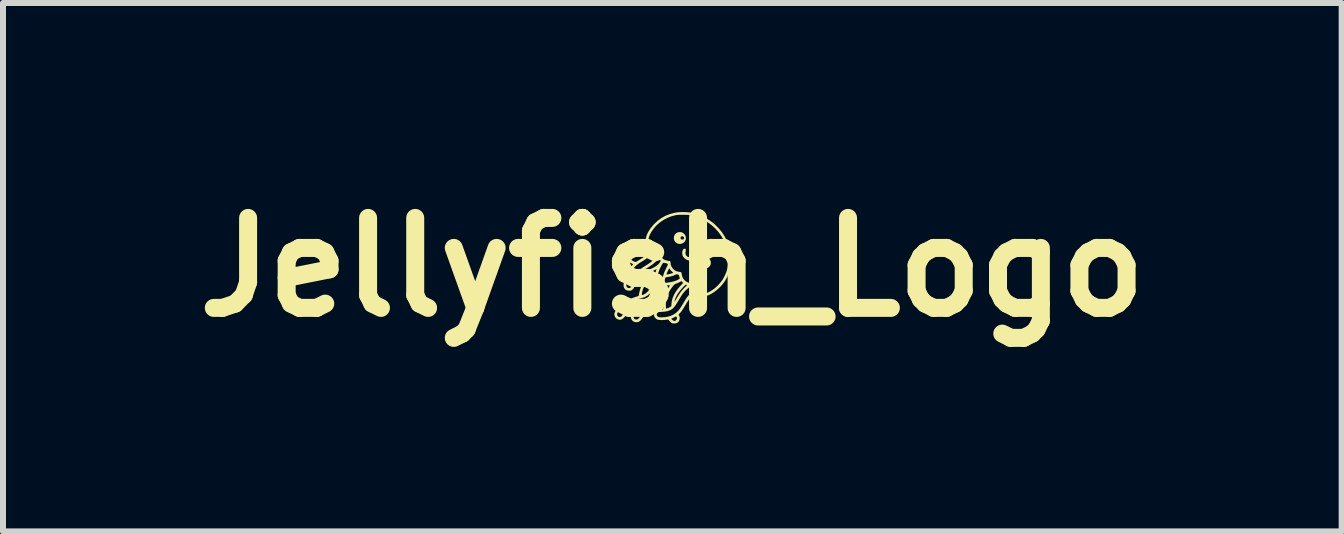
<source format=kicad_pcb>
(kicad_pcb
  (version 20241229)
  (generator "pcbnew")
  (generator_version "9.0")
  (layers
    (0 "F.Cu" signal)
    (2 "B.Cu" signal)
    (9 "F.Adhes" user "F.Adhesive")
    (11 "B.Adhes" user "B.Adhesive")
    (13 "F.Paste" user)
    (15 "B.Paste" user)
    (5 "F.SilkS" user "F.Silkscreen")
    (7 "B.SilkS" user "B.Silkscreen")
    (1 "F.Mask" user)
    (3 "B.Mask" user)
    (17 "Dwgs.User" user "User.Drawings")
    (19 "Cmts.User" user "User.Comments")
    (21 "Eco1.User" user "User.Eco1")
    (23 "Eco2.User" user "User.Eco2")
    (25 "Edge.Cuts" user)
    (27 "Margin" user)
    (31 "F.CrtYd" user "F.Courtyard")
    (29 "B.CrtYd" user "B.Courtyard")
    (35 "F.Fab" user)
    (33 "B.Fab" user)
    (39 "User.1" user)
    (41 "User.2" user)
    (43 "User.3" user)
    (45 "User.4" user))
  (footprint "Jellyfish_Logo"
    (layer "F.Cu")
    (at 8.157 1.404)
    (property "Reference" "Jellyfish_Logo" (at 0 0 0) (layer "F.SilkS") (effects (font (size 1.5 1.5) (thickness 0.3))))
    (attr board_only exclude_from_pos_files exclude_from_bom)
    (fp_poly (pts (xy 0.221 -0.302) (xy 0.225 -0.287) (xy 0.222 -0.265) (xy 0.219 -0.251) (xy 0.218 -0.229) (xy 0.224 -0.207) (xy 0.238 -0.187) (xy 0.256 -0.173) (xy 0.275 -0.167) (xy 0.297 -0.166) (xy 0.316 -0.171) (xy 0.331 -0.176) (xy 0.34 -0.177) (xy 0.347 -0.175) (xy 0.351 -0.172) (xy 0.362 -0.162) (xy 0.363 -0.15) (xy 0.357 -0.138) (xy 0.343 -0.127) (xy 0.324 -0.119) (xy 0.314 -0.117) (xy 0.296 -0.113) (xy 0.282 -0.112) (xy 0.269 -0.114) (xy 0.252 -0.119) (xy 0.247 -0.121) (xy 0.223 -0.133) (xy 0.201 -0.151) (xy 0.183 -0.172) (xy 0.171 -0.195) (xy 0.17 -0.197) (xy 0.166 -0.222) (xy 0.165 -0.247) (xy 0.169 -0.27) (xy 0.177 -0.29) (xy 0.187 -0.303) (xy 0.197 -0.308) (xy 0.212 -0.309)) (stroke (width 0) (type solid)) (fill yes) (layer "F.SilkS"))
    (fp_poly (pts (xy 0.146 -0.584) (xy 0.168 -0.577) (xy 0.194 -0.559) (xy 0.212 -0.537) (xy 0.223 -0.511) (xy 0.227 -0.484) (xy 0.222 -0.456) (xy 0.208 -0.43) (xy 0.202 -0.423) (xy 0.179 -0.403) (xy 0.152 -0.391) (xy 0.122 -0.387) (xy 0.093 -0.392) (xy 0.077 -0.399) (xy 0.052 -0.417) (xy 0.035 -0.44) (xy 0.026 -0.47) (xy 0.025 -0.481) (xy 0.025 -0.481) (xy 0.136 -0.481) (xy 0.143 -0.469) (xy 0.156 -0.462) (xy 0.169 -0.461) (xy 0.183 -0.464) (xy 0.191 -0.473) (xy 0.193 -0.476) (xy 0.197 -0.487) (xy 0.195 -0.496) (xy 0.19 -0.503) (xy 0.177 -0.514) (xy 0.162 -0.517) (xy 0.148 -0.511) (xy 0.146 -0.509) (xy 0.137 -0.495) (xy 0.136 -0.481) (xy 0.025 -0.481) (xy 0.028 -0.512) (xy 0.038 -0.539) (xy 0.058 -0.562) (xy 0.067 -0.569) (xy 0.091 -0.581) (xy 0.119 -0.586)) (stroke (width 0) (type solid)) (fill yes) (layer "F.SilkS"))
    (fp_poly (pts (xy 0.56 -0.172) (xy 0.587 -0.163) (xy 0.609 -0.148) (xy 0.626 -0.128) (xy 0.637 -0.105) (xy 0.642 -0.079) (xy 0.641 -0.054) (xy 0.631 -0.029) (xy 0.613 -0.006) (xy 0.612 -0.004) (xy 0.586 0.014) (xy 0.557 0.023) (xy 0.527 0.024) (xy 0.497 0.015) (xy 0.496 0.015) (xy 0.472 -0.001) (xy 0.455 -0.021) (xy 0.444 -0.045) (xy 0.441 -0.07) (xy 0.443 -0.096) (xy 0.451 -0.118) (xy 0.513 -0.118) (xy 0.515 -0.103) (xy 0.521 -0.095) (xy 0.534 -0.088) (xy 0.549 -0.088) (xy 0.562 -0.095) (xy 0.563 -0.095) (xy 0.57 -0.108) (xy 0.571 -0.122) (xy 0.565 -0.135) (xy 0.553 -0.143) (xy 0.543 -0.145) (xy 0.529 -0.141) (xy 0.518 -0.131) (xy 0.513 -0.118) (xy 0.451 -0.118) (xy 0.452 -0.12) (xy 0.466 -0.142) (xy 0.486 -0.159) (xy 0.511 -0.17) (xy 0.53 -0.173)) (stroke (width 0) (type solid)) (fill yes) (layer "F.SilkS"))
    (fp_poly (pts (xy 0.206 -0.919) (xy 0.255 -0.916) (xy 0.3 -0.911) (xy 0.33 -0.906) (xy 0.414 -0.883) (xy 0.494 -0.852) (xy 0.571 -0.812) (xy 0.644 -0.765) (xy 0.711 -0.711) (xy 0.772 -0.65) (xy 0.826 -0.584) (xy 0.873 -0.512) (xy 0.895 -0.47) (xy 0.927 -0.401) (xy 0.95 -0.333) (xy 0.966 -0.266) (xy 0.975 -0.196) (xy 0.977 -0.123) (xy 0.977 -0.098) (xy 0.973 -0.038) (xy 0.965 0.016) (xy 0.953 0.066) (xy 0.935 0.116) (xy 0.912 0.168) (xy 0.91 0.172) (xy 0.879 0.227) (xy 0.84 0.28) (xy 0.796 0.33) (xy 0.747 0.375) (xy 0.695 0.415) (xy 0.642 0.448) (xy 0.611 0.463) (xy 0.575 0.477) (xy 0.542 0.485) (xy 0.509 0.489) (xy 0.482 0.488) (xy 0.448 0.484) (xy 0.416 0.474) (xy 0.383 0.456) (xy 0.377 0.452) (xy 0.37 0.448) (xy 0.364 0.447) (xy 0.356 0.451) (xy 0.345 0.46) (xy 0.342 0.462) (xy 0.322 0.48) (xy 0.302 0.503) (xy 0.281 0.531) (xy 0.258 0.566) (xy 0.231 0.608) (xy 0.228 0.615) (xy 0.204 0.654) (xy 0.185 0.686) (xy 0.168 0.711) (xy 0.154 0.732) (xy 0.141 0.749) (xy 0.128 0.763) (xy 0.123 0.768) (xy 0.103 0.79) (xy 0.113 0.808) (xy 0.122 0.832) (xy 0.123 0.859) (xy 0.117 0.885) (xy 0.104 0.908) (xy 0.086 0.924) (xy 0.066 0.933) (xy 0.041 0.938) (xy 0.017 0.938) (xy -0.004 0.934) (xy -0.007 0.932) (xy -0.018 0.925) (xy -0.032 0.912) (xy -0.046 0.898) (xy -0.046 0.898) (xy -0.071 0.871) (xy -0.114 0.877) (xy -0.144 0.88) (xy -0.174 0.881) (xy -0.203 0.88) (xy -0.229 0.877) (xy -0.248 0.873) (xy -0.254 0.87) (xy -0.268 0.861) (xy -0.019 0.861) (xy -0.000026 0.878) (xy 0.019 0.892) (xy 0.036 0.896) (xy 0.052 0.891) (xy 0.063 0.882) (xy 0.074 0.866) (xy 0.078 0.848) (xy 0.074 0.832) (xy 0.071 0.827) (xy 0.068 0.824) (xy 0.063 0.823) (xy 0.054 0.825) (xy 0.04 0.831) (xy 0.023 0.84) (xy -0.019 0.861) (xy -0.268 0.861) (xy -0.272 0.858) (xy -0.289 0.841) (xy -0.3 0.825) (xy -0.303 0.814) (xy -0.305 0.798) (xy -0.305 0.797) (xy -0.26 0.797) (xy -0.253 0.813) (xy -0.239 0.826) (xy -0.219 0.833) (xy -0.218 0.833) (xy -0.199 0.835) (xy -0.174 0.835) (xy -0.146 0.834) (xy -0.119 0.832) (xy -0.094 0.828) (xy -0.091 0.828) (xy -0.033 0.813) (xy 0.018 0.79) (xy 0.064 0.759) (xy 0.103 0.721) (xy 0.13 0.685) (xy 0.14 0.67) (xy 0.154 0.648) (xy 0.17 0.622) (xy 0.187 0.594) (xy 0.199 0.574) (xy 0.217 0.543) (xy 0.233 0.519) (xy 0.247 0.499) (xy 0.261 0.481) (xy 0.277 0.464) (xy 0.288 0.452) (xy 0.332 0.409) (xy 0.319 0.385) (xy 0.311 0.368) (xy 0.305 0.35) (xy 0.303 0.343) (xy 0.301 0.331) (xy 0.298 0.325) (xy 0.297 0.324) (xy 0.291 0.328) (xy 0.28 0.336) (xy 0.265 0.348) (xy 0.248 0.362) (xy 0.232 0.377) (xy 0.217 0.391) (xy 0.213 0.395) (xy 0.199 0.41) (xy 0.187 0.425) (xy 0.174 0.441) (xy 0.162 0.459) (xy 0.147 0.481) (xy 0.131 0.508) (xy 0.11 0.542) (xy 0.099 0.561) (xy 0.075 0.6) (xy 0.055 0.631) (xy 0.037 0.656) (xy 0.02 0.676) (xy 0.004 0.691) (xy -0.013 0.703) (xy -0.028 0.712) (xy -0.056 0.724) (xy -0.085 0.733) (xy -0.118 0.739) (xy -0.156 0.743) (xy -0.176 0.744) (xy -0.201 0.746) (xy -0.219 0.747) (xy -0.231 0.749) (xy -0.238 0.751) (xy -0.244 0.755) (xy -0.249 0.761) (xy -0.25 0.761) (xy -0.259 0.779) (xy -0.26 0.797) (xy -0.305 0.797) (xy -0.305 0.789) (xy -0.301 0.76) (xy -0.288 0.735) (xy -0.267 0.716) (xy -0.262 0.713) (xy -0.25 0.706) (xy -0.24 0.703) (xy -0.227 0.701) (xy -0.21 0.701) (xy -0.196 0.701) (xy -0.153 0.702) (xy -0.152 0.624) (xy -0.152 0.61) (xy -0.109 0.61) (xy -0.108 0.634) (xy -0.108 0.655) (xy -0.107 0.671) (xy -0.105 0.679) (xy -0.102 0.692) (xy -0.077 0.683) (xy -0.058 0.675) (xy -0.04 0.665) (xy -0.033 0.661) (xy -0.023 0.654) (xy -0.018 0.648) (xy -0.015 0.639) (xy -0.015 0.625) (xy -0.015 0.617) (xy -0.01 0.573) (xy 0.035 0.573) (xy 0.036 0.576) (xy 0.039 0.572) (xy 0.046 0.561) (xy 0.056 0.545) (xy 0.069 0.525) (xy 0.076 0.512) (xy 0.103 0.468) (xy 0.128 0.43) (xy 0.152 0.398) (xy 0.177 0.369) (xy 0.203 0.342) (xy 0.208 0.337) (xy 0.226 0.32) (xy 0.237 0.308) (xy 0.243 0.301) (xy 0.243 0.296) (xy 0.242 0.295) (xy 0.234 0.292) (xy 0.226 0.292) (xy 0.217 0.297) (xy 0.204 0.308) (xy 0.187 0.324) (xy 0.178 0.333) (xy 0.133 0.384) (xy 0.096 0.433) (xy 0.068 0.481) (xy 0.047 0.529) (xy 0.037 0.563) (xy 0.035 0.573) (xy -0.01 0.573) (xy -0.01 0.568) (xy 0.004 0.516) (xy 0.026 0.463) (xy 0.057 0.409) (xy 0.096 0.355) (xy 0.141 0.304) (xy 0.181 0.261) (xy 0.166 0.247) (xy 0.152 0.232) (xy 0.126 0.246) (xy 0.106 0.256) (xy 0.083 0.266) (xy 0.068 0.272) (xy 0.051 0.279) (xy 0.037 0.287) (xy 0.024 0.299) (xy 0.013 0.312) (xy -0.029 0.369) (xy -0.064 0.43) (xy -0.09 0.492) (xy -0.098 0.516) (xy -0.103 0.54) (xy -0.107 0.564) (xy -0.108 0.592) (xy -0.109 0.61) (xy -0.152 0.61) (xy -0.152 0.591) (xy -0.151 0.566) (xy -0.149 0.546) (xy -0.147 0.529) (xy -0.143 0.513) (xy -0.141 0.506) (xy -0.131 0.476) (xy -0.117 0.442) (xy -0.101 0.406) (xy -0.083 0.371) (xy -0.065 0.343) (xy -0.063 0.34) (xy -0.051 0.322) (xy -0.044 0.31) (xy -0.043 0.303) (xy -0.048 0.3) (xy -0.062 0.301) (xy -0.083 0.303) (xy -0.094 0.305) (xy -0.116 0.308) (xy -0.135 0.312) (xy -0.149 0.315) (xy -0.154 0.317) (xy -0.158 0.324) (xy -0.163 0.337) (xy -0.169 0.354) (xy -0.17 0.356) (xy -0.193 0.418) (xy -0.222 0.472) (xy -0.255 0.519) (xy -0.295 0.559) (xy -0.34 0.592) (xy -0.371 0.609) (xy -0.401 0.625) (xy -0.414 0.666) (xy -0.429 0.709) (xy -0.446 0.751) (xy -0.465 0.791) (xy -0.486 0.827) (xy -0.507 0.859) (xy -0.527 0.884) (xy -0.547 0.902) (xy -0.557 0.908) (xy -0.584 0.917) (xy -0.612 0.917) (xy -0.639 0.91) (xy -0.662 0.895) (xy -0.679 0.873) (xy -0.683 0.865) (xy -0.691 0.839) (xy -0.691 0.831) (xy -0.646 0.831) (xy -0.642 0.845) (xy -0.635 0.857) (xy -0.627 0.866) (xy -0.626 0.866) (xy -0.611 0.871) (xy -0.593 0.871) (xy -0.577 0.867) (xy -0.573 0.864) (xy -0.562 0.854) (xy -0.548 0.837) (xy -0.533 0.815) (xy -0.517 0.79) (xy -0.503 0.764) (xy -0.5 0.758) (xy -0.491 0.74) (xy -0.482 0.719) (xy -0.474 0.698) (xy -0.466 0.678) (xy -0.46 0.662) (xy -0.457 0.65) (xy -0.456 0.646) (xy -0.461 0.647) (xy -0.473 0.649) (xy -0.49 0.652) (xy -0.508 0.656) (xy -0.526 0.66) (xy -0.54 0.664) (xy -0.549 0.667) (xy -0.55 0.667) (xy -0.555 0.673) (xy -0.563 0.685) (xy -0.572 0.703) (xy -0.578 0.716) (xy -0.59 0.737) (xy -0.603 0.758) (xy -0.615 0.775) (xy -0.619 0.781) (xy -0.635 0.8) (xy -0.644 0.816) (xy -0.646 0.831) (xy -0.691 0.831) (xy -0.691 0.814) (xy -0.681 0.788) (xy -0.663 0.761) (xy -0.658 0.756) (xy -0.646 0.741) (xy -0.635 0.725) (xy -0.626 0.71) (xy -0.622 0.699) (xy -0.622 0.694) (xy -0.627 0.695) (xy -0.639 0.7) (xy -0.655 0.709) (xy -0.674 0.72) (xy -0.694 0.733) (xy -0.713 0.747) (xy -0.72 0.753) (xy -0.739 0.769) (xy -0.76 0.789) (xy -0.78 0.811) (xy -0.787 0.819) (xy -0.812 0.846) (xy -0.836 0.865) (xy -0.859 0.875) (xy -0.882 0.876) (xy -0.907 0.87) (xy -0.913 0.867) (xy -0.937 0.852) (xy -0.954 0.831) (xy -0.964 0.806) (xy -0.967 0.779) (xy -0.966 0.774) (xy -0.921 0.774) (xy -0.919 0.798) (xy -0.912 0.814) (xy -0.911 0.815) (xy -0.895 0.828) (xy -0.877 0.831) (xy -0.858 0.826) (xy -0.841 0.812) (xy -0.84 0.81) (xy -0.821 0.787) (xy -0.798 0.763) (xy -0.775 0.739) (xy -0.753 0.72) (xy -0.744 0.712) (xy -0.709 0.687) (xy -0.673 0.666) (xy -0.634 0.648) (xy -0.59 0.631) (xy -0.54 0.616) (xy -0.514 0.61) (xy -0.465 0.596) (xy -0.424 0.583) (xy -0.389 0.567) (xy -0.359 0.55) (xy -0.331 0.529) (xy -0.307 0.507) (xy -0.288 0.486) (xy -0.271 0.464) (xy -0.255 0.441) (xy -0.241 0.415) (xy -0.228 0.384) (xy -0.214 0.348) (xy -0.2 0.306) (xy -0.188 0.264) (xy -0.139 0.264) (xy -0.134 0.266) (xy -0.128 0.265) (xy -0.117 0.263) (xy -0.1 0.26) (xy -0.078 0.257) (xy -0.061 0.254) (xy -0.015 0.246) (xy 0.025 0.236) (xy 0.062 0.223) (xy 0.091 0.21) (xy 0.109 0.2) (xy 0.12 0.193) (xy 0.124 0.188) (xy 0.123 0.185) (xy 0.121 0.175) (xy 0.117 0.161) (xy 0.115 0.153) (xy 0.112 0.138) (xy 0.109 0.129) (xy 0.108 0.127) (xy 0.103 0.125) (xy 0.092 0.122) (xy 0.087 0.121) (xy 0.072 0.118) (xy 0.06 0.121) (xy 0.052 0.125) (xy 0.029 0.136) (xy -0.001 0.147) (xy -0.036 0.156) (xy -0.069 0.163) (xy -0.088 0.166) (xy -0.104 0.169) (xy -0.113 0.171) (xy -0.115 0.172) (xy -0.117 0.176) (xy -0.12 0.188) (xy -0.124 0.205) (xy -0.126 0.211) (xy -0.131 0.23) (xy -0.135 0.247) (xy -0.138 0.257) (xy -0.139 0.258) (xy -0.139 0.264) (xy -0.188 0.264) (xy -0.185 0.256) (xy -0.174 0.215) (xy -0.162 0.173) (xy -0.152 0.138) (xy -0.145 0.116) (xy -0.097 0.116) (xy -0.095 0.12) (xy -0.087 0.121) (xy -0.072 0.119) (xy -0.05 0.114) (xy -0.048 0.114) (xy -0.027 0.108) (xy -0.007 0.102) (xy 0.007 0.097) (xy 0.014 0.094) (xy 0.012 0.09) (xy 0.004 0.082) (xy -0.006 0.073) (xy -0.021 0.059) (xy -0.033 0.044) (xy -0.039 0.035) (xy -0.05 0.018) (xy -0.058 0.029) (xy -0.063 0.039) (xy -0.071 0.054) (xy -0.079 0.071) (xy -0.087 0.089) (xy -0.093 0.104) (xy -0.096 0.114) (xy -0.097 0.116) (xy -0.145 0.116) (xy -0.142 0.109) (xy -0.133 0.082) (xy -0.122 0.058) (xy -0.11 0.032) (xy -0.101 0.014) (xy -0.088 -0.013) (xy -0.079 -0.033) (xy -0.075 -0.047) (xy -0.075 -0.052) (xy -0.08 -0.058) (xy -0.092 -0.063) (xy -0.108 -0.067) (xy -0.128 -0.071) (xy -0.142 -0.073) (xy -0.152 -0.072) (xy -0.16 -0.065) (xy -0.168 -0.054) (xy -0.178 -0.035) (xy -0.182 -0.027) (xy -0.196 -0.000467) (xy -0.208 0.024) (xy -0.218 0.049) (xy -0.228 0.077) (xy -0.239 0.108) (xy -0.25 0.145) (xy -0.262 0.189) (xy -0.264 0.194) (xy -0.278 0.244) (xy -0.291 0.285) (xy -0.303 0.32) (xy -0.315 0.349) (xy -0.326 0.374) (xy -0.339 0.395) (xy -0.353 0.413) (xy -0.368 0.431) (xy -0.378 0.442) (xy -0.406 0.466) (xy -0.437 0.486) (xy -0.472 0.503) (xy -0.514 0.516) (xy -0.533 0.521) (xy -0.594 0.537) (xy -0.647 0.555) (xy -0.695 0.575) (xy -0.739 0.599) (xy -0.781 0.628) (xy -0.824 0.661) (xy -0.827 0.664) (xy -0.845 0.68) (xy -0.863 0.698) (xy -0.881 0.718) (xy -0.897 0.737) (xy -0.91 0.754) (xy -0.918 0.767) (xy -0.921 0.774) (xy -0.966 0.774) (xy -0.964 0.766) (xy -0.954 0.741) (xy -0.936 0.714) (xy -0.912 0.684) (xy -0.882 0.653) (xy -0.848 0.623) (xy -0.81 0.594) (xy -0.77 0.567) (xy -0.76 0.561) (xy -0.73 0.543) (xy -0.701 0.529) (xy -0.67 0.516) (xy -0.637 0.503) (xy -0.598 0.491) (xy -0.566 0.481) (xy -0.561 0.477) (xy -0.557 0.465) (xy -0.554 0.449) (xy -0.554 0.444) (xy -0.508 0.444) (xy -0.508 0.458) (xy -0.505 0.464) (xy -0.503 0.465) (xy -0.496 0.463) (xy -0.483 0.458) (xy -0.468 0.45) (xy -0.467 0.45) (xy -0.435 0.429) (xy -0.404 0.4) (xy -0.377 0.364) (xy -0.358 0.329) (xy -0.35 0.312) (xy -0.342 0.292) (xy -0.335 0.27) (xy -0.329 0.249) (xy -0.324 0.231) (xy -0.321 0.217) (xy -0.321 0.209) (xy -0.322 0.208) (xy -0.329 0.21) (xy -0.342 0.216) (xy -0.359 0.224) (xy -0.367 0.228) (xy -0.409 0.253) (xy -0.443 0.285) (xy -0.47 0.323) (xy -0.476 0.335) (xy -0.486 0.357) (xy -0.494 0.38) (xy -0.5 0.403) (xy -0.505 0.425) (xy -0.508 0.444) (xy -0.554 0.444) (xy -0.549 0.417) (xy -0.54 0.381) (xy -0.529 0.346) (xy -0.516 0.316) (xy -0.512 0.308) (xy -0.501 0.29) (xy -0.485 0.269) (xy -0.467 0.249) (xy -0.463 0.244) (xy -0.429 0.215) (xy -0.392 0.191) (xy -0.349 0.172) (xy -0.335 0.167) (xy -0.303 0.157) (xy -0.283 0.096) (xy -0.276 0.074) (xy -0.27 0.055) (xy -0.266 0.042) (xy -0.264 0.035) (xy -0.264 0.035) (xy -0.269 0.036) (xy -0.28 0.041) (xy -0.295 0.048) (xy -0.299 0.05) (xy -0.353 0.074) (xy -0.408 0.091) (xy -0.461 0.102) (xy -0.512 0.107) (xy -0.514 0.107) (xy -0.531 0.107) (xy -0.542 0.108) (xy -0.55 0.112) (xy -0.558 0.12) (xy -0.561 0.125) (xy -0.585 0.16) (xy -0.605 0.201) (xy -0.62 0.246) (xy -0.629 0.291) (xy -0.629 0.291) (xy -0.634 0.322) (xy -0.642 0.346) (xy -0.654 0.364) (xy -0.672 0.378) (xy -0.673 0.379) (xy -0.686 0.387) (xy -0.698 0.391) (xy -0.712 0.392) (xy -0.727 0.391) (xy -0.757 0.386) (xy -0.78 0.374) (xy -0.798 0.354) (xy -0.804 0.342) (xy -0.81 0.327) (xy -0.813 0.311) (xy -0.813 0.3) (xy -0.767 0.3) (xy -0.764 0.32) (xy -0.756 0.334) (xy -0.746 0.341) (xy -0.726 0.348) (xy -0.707 0.345) (xy -0.695 0.338) (xy -0.688 0.331) (xy -0.683 0.321) (xy -0.679 0.307) (xy -0.675 0.287) (xy -0.675 0.283) (xy -0.665 0.233) (xy -0.65 0.189) (xy -0.63 0.148) (xy -0.603 0.106) (xy -0.597 0.098) (xy -0.576 0.072) (xy -0.563 0.06) (xy -0.494 0.06) (xy -0.49 0.062) (xy -0.477 0.061) (xy -0.459 0.058) (xy -0.436 0.053) (xy -0.41 0.046) (xy -0.409 0.046) (xy -0.368 0.032) (xy -0.328 0.014) (xy -0.291 -0.006) (xy -0.258 -0.029) (xy -0.231 -0.051) (xy -0.212 -0.074) (xy -0.208 -0.08) (xy -0.193 -0.107) (xy -0.209 -0.124) (xy -0.225 -0.141) (xy -0.254 -0.112) (xy -0.323 -0.052) (xy -0.398 -0.000008) (xy -0.447 0.028) (xy -0.468 0.04) (xy -0.482 0.048) (xy -0.49 0.054) (xy -0.494 0.058) (xy -0.494 0.06) (xy -0.563 0.06) (xy -0.551 0.048) (xy -0.522 0.025) (xy -0.486 -0.000088) (xy -0.448 -0.024) (xy -0.4 -0.055) (xy -0.357 -0.085) (xy -0.317 -0.119) (xy -0.285 -0.149) (xy -0.268 -0.166) (xy -0.258 -0.177) (xy -0.252 -0.185) (xy -0.251 -0.191) (xy -0.252 -0.195) (xy -0.256 -0.207) (xy -0.26 -0.222) (xy -0.261 -0.226) (xy -0.265 -0.238) (xy -0.271 -0.245) (xy -0.282 -0.248) (xy -0.287 -0.249) (xy -0.297 -0.25) (xy -0.304 -0.249) (xy -0.312 -0.245) (xy -0.322 -0.237) (xy -0.336 -0.223) (xy -0.341 -0.218) (xy -0.394 -0.172) (xy -0.452 -0.13) (xy -0.477 -0.114) (xy -0.512 -0.092) (xy -0.541 -0.074) (xy -0.564 -0.059) (xy -0.583 -0.044) (xy -0.6 -0.03) (xy -0.617 -0.015) (xy -0.621 -0.011) (xy -0.667 0.041) (xy -0.705 0.097) (xy -0.734 0.157) (xy -0.755 0.222) (xy -0.765 0.273) (xy -0.767 0.3) (xy -0.813 0.3) (xy -0.813 0.292) (xy -0.81 0.268) (xy -0.806 0.246) (xy -0.796 0.2) (xy -0.782 0.155) (xy -0.762 0.108) (xy -0.76 0.102) (xy -0.752 0.084) (xy -0.745 0.07) (xy -0.741 0.062) (xy -0.741 0.06) (xy -0.745 0.058) (xy -0.755 0.051) (xy -0.77 0.041) (xy -0.785 0.032) (xy -0.811 0.014) (xy -0.831 -0.003) (xy -0.844 -0.018) (xy -0.853 -0.035) (xy -0.857 -0.047) (xy -0.858 -0.061) (xy -0.814 -0.061) (xy -0.807 -0.043) (xy -0.797 -0.032) (xy -0.786 -0.023) (xy -0.77 -0.011) (xy -0.753 -0.000253) (xy -0.736 0.01) (xy -0.722 0.017) (xy -0.714 0.019) (xy -0.713 0.019) (xy -0.707 0.016) (xy -0.702 0.009) (xy -0.695 -0.000281) (xy -0.685 -0.013) (xy -0.674 -0.025) (xy -0.663 -0.037) (xy -0.656 -0.046) (xy -0.654 -0.05) (xy -0.659 -0.053) (xy -0.67 -0.059) (xy -0.68 -0.064) (xy -0.699 -0.075) (xy -0.719 -0.087) (xy -0.729 -0.094) (xy -0.751 -0.107) (xy -0.77 -0.111) (xy -0.786 -0.107) (xy -0.799 -0.097) (xy -0.811 -0.08) (xy -0.814 -0.061) (xy -0.858 -0.061) (xy -0.859 -0.074) (xy -0.853 -0.1) (xy -0.84 -0.123) (xy -0.82 -0.141) (xy -0.813 -0.146) (xy -0.798 -0.152) (xy -0.782 -0.154) (xy -0.762 -0.154) (xy -0.745 -0.152) (xy -0.73 -0.148) (xy -0.716 -0.14) (xy -0.703 -0.132) (xy -0.682 -0.118) (xy -0.66 -0.106) (xy -0.64 -0.096) (xy -0.624 -0.089) (xy -0.614 -0.087) (xy -0.61 -0.088) (xy -0.603 -0.091) (xy -0.592 -0.096) (xy -0.578 -0.105) (xy -0.558 -0.117) (xy -0.532 -0.133) (xy -0.5 -0.154) (xy -0.482 -0.166) (xy -0.464 -0.178) (xy -0.444 -0.193) (xy -0.423 -0.21) (xy -0.403 -0.227) (xy -0.384 -0.243) (xy -0.369 -0.257) (xy -0.358 -0.268) (xy -0.354 -0.275) (xy -0.354 -0.275) (xy -0.357 -0.28) (xy -0.367 -0.287) (xy -0.373 -0.292) (xy -0.398 -0.314) (xy -0.418 -0.343) (xy -0.434 -0.377) (xy -0.443 -0.413) (xy -0.445 -0.432) (xy -0.401 -0.432) (xy -0.398 -0.41) (xy -0.386 -0.377) (xy -0.366 -0.347) (xy -0.34 -0.323) (xy -0.309 -0.304) (xy -0.275 -0.293) (xy -0.251 -0.291) (xy -0.237 -0.289) (xy -0.226 -0.286) (xy -0.224 -0.285) (xy -0.221 -0.277) (xy -0.218 -0.263) (xy -0.217 -0.249) (xy -0.209 -0.213) (xy -0.192 -0.179) (xy -0.169 -0.152) (xy -0.14 -0.129) (xy -0.109 -0.115) (xy -0.072 -0.107) (xy -0.072 -0.107) (xy -0.052 -0.104) (xy -0.038 -0.1) (xy -0.034 -0.097) (xy -0.031 -0.088) (xy -0.029 -0.074) (xy -0.029 -0.065) (xy -0.027 -0.043) (xy -0.018 -0.019) (xy -0.014 -0.011) (xy 0.007 0.022) (xy 0.034 0.048) (xy 0.066 0.066) (xy 0.101 0.075) (xy 0.109 0.076) (xy 0.13 0.079) (xy 0.143 0.082) (xy 0.15 0.089) (xy 0.154 0.1) (xy 0.157 0.117) (xy 0.165 0.156) (xy 0.182 0.19) (xy 0.205 0.219) (xy 0.235 0.242) (xy 0.27 0.258) (xy 0.304 0.265) (xy 0.32 0.267) (xy 0.333 0.27) (xy 0.338 0.272) (xy 0.341 0.28) (xy 0.344 0.294) (xy 0.344 0.302) (xy 0.348 0.331) (xy 0.36 0.36) (xy 0.378 0.388) (xy 0.401 0.412) (xy 0.427 0.431) (xy 0.442 0.438) (xy 0.473 0.444) (xy 0.509 0.445) (xy 0.546 0.439) (xy 0.566 0.433) (xy 0.614 0.413) (xy 0.662 0.384) (xy 0.71 0.349) (xy 0.755 0.308) (xy 0.797 0.262) (xy 0.834 0.213) (xy 0.847 0.192) (xy 0.873 0.144) (xy 0.896 0.091) (xy 0.914 0.038) (xy 0.918 0.022) (xy 0.927 -0.024) (xy 0.933 -0.076) (xy 0.934 -0.131) (xy 0.932 -0.186) (xy 0.926 -0.236) (xy 0.926 -0.24) (xy 0.91 -0.311) (xy 0.888 -0.379) (xy 0.86 -0.443) (xy 0.818 -0.518) (xy 0.768 -0.587) (xy 0.711 -0.65) (xy 0.648 -0.706) (xy 0.579 -0.756) (xy 0.504 -0.798) (xy 0.425 -0.833) (xy 0.343 -0.858) (xy 0.315 -0.865) (xy 0.291 -0.869) (xy 0.26 -0.872) (xy 0.223 -0.873) (xy 0.185 -0.874) (xy 0.147 -0.874) (xy 0.111 -0.873) (xy 0.079 -0.871) (xy 0.056 -0.867) (xy -0.012 -0.85) (xy -0.079 -0.824) (xy -0.142 -0.791) (xy -0.201 -0.752) (xy -0.253 -0.707) (xy -0.274 -0.687) (xy -0.312 -0.641) (xy -0.345 -0.596) (xy -0.37 -0.552) (xy -0.388 -0.509) (xy -0.398 -0.469) (xy -0.401 -0.432) (xy -0.445 -0.432) (xy -0.445 -0.44) (xy -0.441 -0.485) (xy -0.427 -0.533) (xy -0.405 -0.583) (xy -0.373 -0.634) (xy -0.356 -0.657) (xy -0.304 -0.719) (xy -0.246 -0.773) (xy -0.183 -0.819) (xy -0.115 -0.857) (xy -0.042 -0.886) (xy 0.036 -0.907) (xy 0.07 -0.913) (xy 0.111 -0.917) (xy 0.157 -0.919)) (stroke (width 0) (type solid)) (fill yes) (layer "F.SilkS")))
  (gr_rect
    (start -3 -3)
    (end 19.314 5.808)
    (stroke (width 0.1) (type default))
    (fill no)
    (layer "Edge.Cuts")))
</source>
